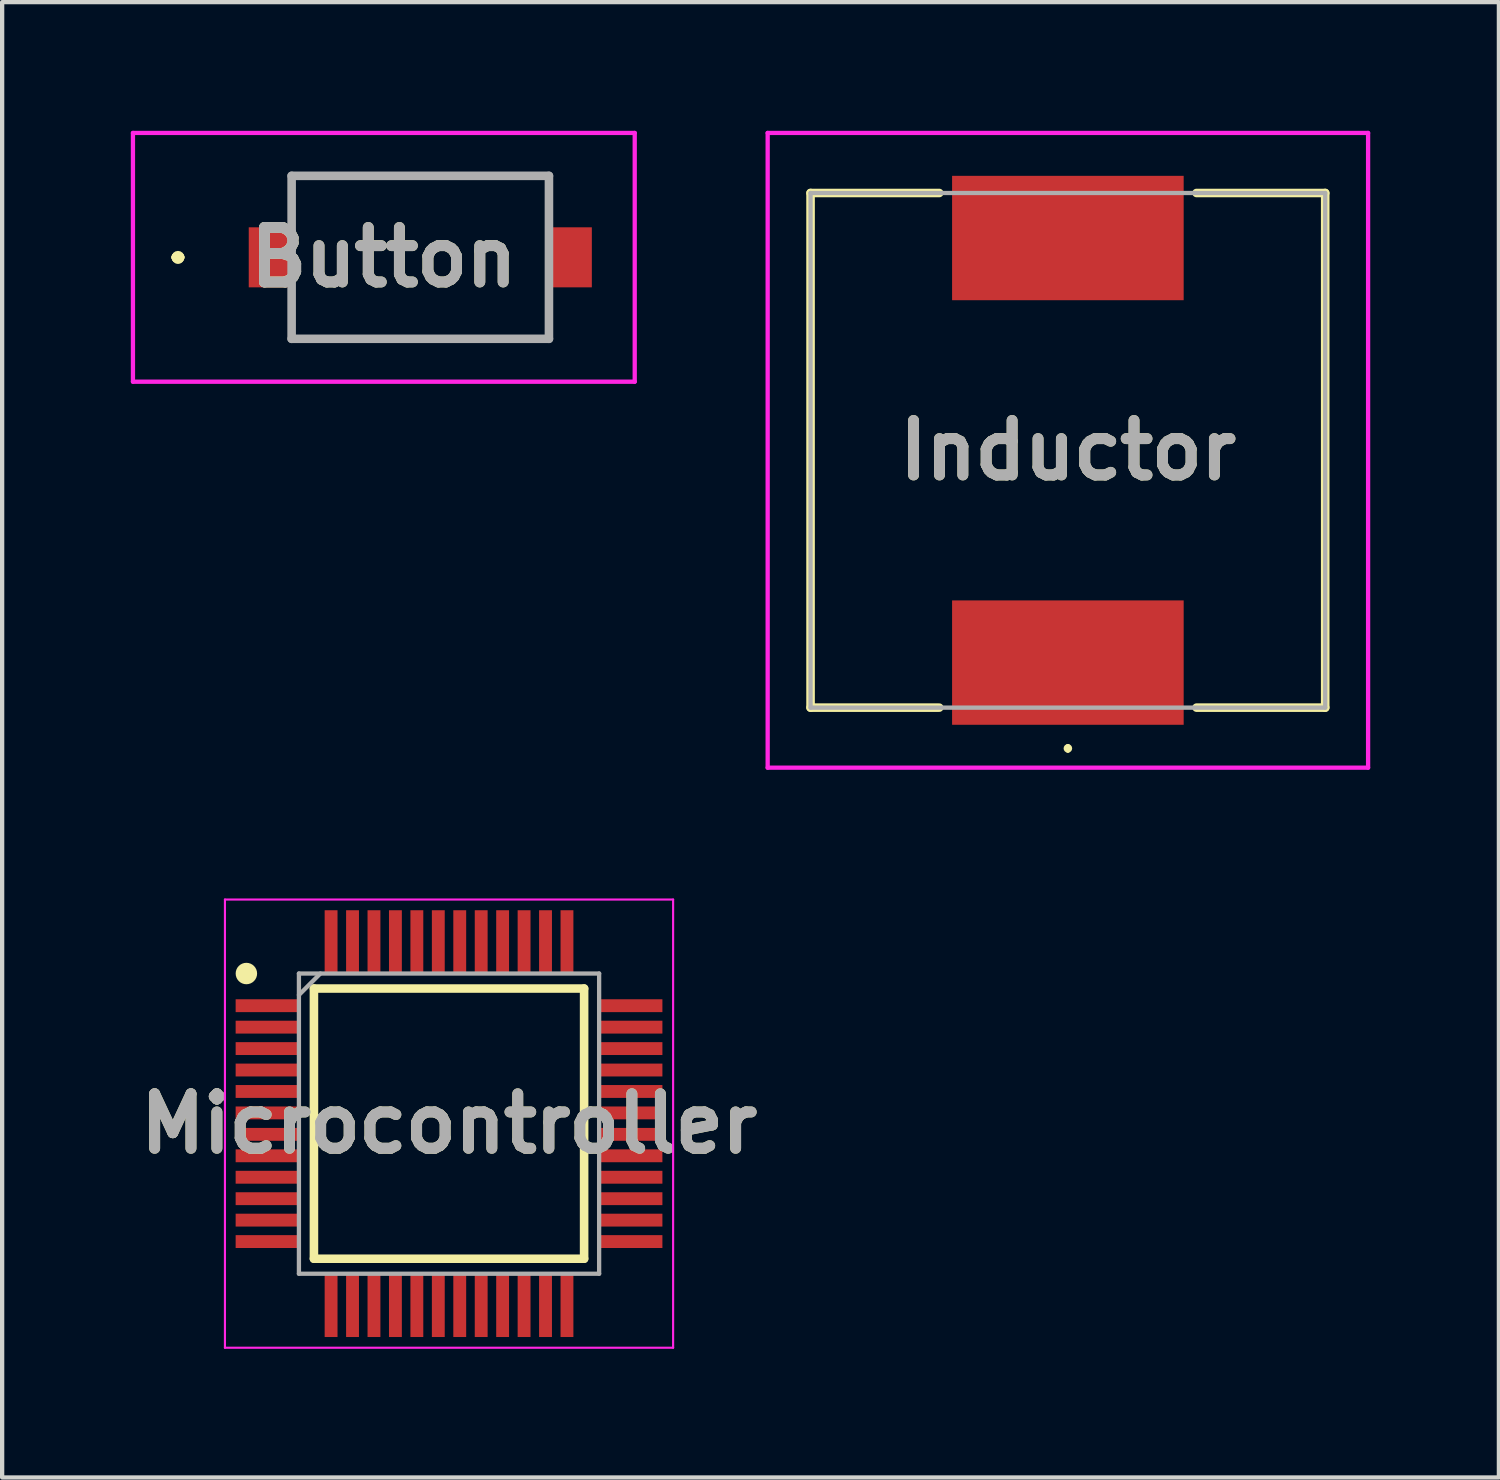
<source format=kicad_pcb>
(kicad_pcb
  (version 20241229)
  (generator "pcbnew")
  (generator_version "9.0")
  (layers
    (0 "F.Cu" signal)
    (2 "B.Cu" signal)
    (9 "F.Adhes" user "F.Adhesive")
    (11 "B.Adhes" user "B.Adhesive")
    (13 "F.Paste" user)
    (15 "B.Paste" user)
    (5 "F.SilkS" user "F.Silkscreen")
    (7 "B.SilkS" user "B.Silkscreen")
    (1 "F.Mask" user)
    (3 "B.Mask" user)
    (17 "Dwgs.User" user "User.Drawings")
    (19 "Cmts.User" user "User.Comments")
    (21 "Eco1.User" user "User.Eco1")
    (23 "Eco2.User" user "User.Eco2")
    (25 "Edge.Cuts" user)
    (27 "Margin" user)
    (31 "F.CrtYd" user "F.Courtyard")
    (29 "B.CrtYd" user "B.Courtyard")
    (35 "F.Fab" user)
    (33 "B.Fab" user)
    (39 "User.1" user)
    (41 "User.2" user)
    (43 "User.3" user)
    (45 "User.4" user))
  (footprint "Inductor"
    (layer "F.Cu")
    (at 21.85 7.45)
    (property "Reference" "Inductor" (at 0 0 0) (layer "F.SilkS") (effects (font (size 1.27 1.27) (thickness 0.254))))
    (attr smd)
    (fp_line (start -6 -6) (end -6 6) (stroke (width 0.2) (type solid)) (layer "F.SilkS"))
    (fp_line (start -6 6) (end -3 6) (stroke (width 0.2) (type solid)) (layer "F.SilkS"))
    (fp_line (start -3 -6) (end -6 -6) (stroke (width 0.2) (type solid)) (layer "F.SilkS"))
    (fp_line (start 0 6.9) (end 0 6.9) (stroke (width 0.1) (type solid)) (layer "F.SilkS"))
    (fp_line (start 0 7) (end 0 7) (stroke (width 0.1) (type solid)) (layer "F.SilkS"))
    (fp_line (start 3 -6) (end 6 -6) (stroke (width 0.2) (type solid)) (layer "F.SilkS"))
    (fp_line (start 6 -6) (end 6 6) (stroke (width 0.2) (type solid)) (layer "F.SilkS"))
    (fp_line (start 6 6) (end 3 6) (stroke (width 0.2) (type solid)) (layer "F.SilkS"))
    (fp_arc (start 0 6.9) (mid 0.05 6.95) (end 0 7) (stroke (width 0.1) (type solid)) (layer "F.SilkS"))
    (fp_arc (start 0 7) (mid -0.05 6.95) (end 0 6.9) (stroke (width 0.1) (type solid)) (layer "F.SilkS"))
    (fp_line (start -7 -7.4) (end 7 -7.4) (stroke (width 0.1) (type solid)) (layer "F.CrtYd"))
    (fp_line (start -7 7.4) (end -7 -7.4) (stroke (width 0.1) (type solid)) (layer "F.CrtYd"))
    (fp_line (start 7 -7.4) (end 7 7.4) (stroke (width 0.1) (type solid)) (layer "F.CrtYd"))
    (fp_line (start 7 7.4) (end -7 7.4) (stroke (width 0.1) (type solid)) (layer "F.CrtYd"))
    (fp_line (start -6 -6) (end 6 -6) (stroke (width 0.1) (type solid)) (layer "F.Fab"))
    (fp_line (start -6 6) (end -6 -6) (stroke (width 0.1) (type solid)) (layer "F.Fab"))
    (fp_line (start 6 -6) (end 6 6) (stroke (width 0.1) (type solid)) (layer "F.Fab"))
    (fp_line (start 6 6) (end -6 6) (stroke (width 0.1) (type solid)) (layer "F.Fab"))
    (fp_text user "${REFERENCE}" (at 0 0 0) (layer "F.Fab") (effects (font (size 1.27 1.27) (thickness 0.254))))
    (pad "1" smd rect (at 0 4.95 90) (size 2.9 5.4) (layers "F.Cu" "F.Mask" "F.Paste"))
    (pad "2" smd rect (at 0 -4.95 90) (size 2.9 5.4) (layers "F.Cu" "F.Mask" "F.Paste")))
  (footprint "Button"
    (layer "F.Cu")
    (at 6.75 2.95)
    (property "Reference" "Button" (at -0.85 0 0) (layer "F.SilkS") (effects (font (size 1.27 1.27) (thickness 0.254))))
    (attr smd)
    (fp_line (start -5.7 0) (end -5.7 0) (stroke (width 0.2) (type solid)) (layer "F.SilkS"))
    (fp_line (start -5.7 0) (end -5.7 0) (stroke (width 0.2) (type solid)) (layer "F.SilkS"))
    (fp_line (start -5.6 0) (end -5.6 0) (stroke (width 0.2) (type solid)) (layer "F.SilkS"))
    (fp_line (start -3 -1.9) (end -3 -1.9) (stroke (width 0.1) (type solid)) (layer "F.SilkS"))
    (fp_line (start -3 -1.9) (end -3 -1.9) (stroke (width 0.1) (type solid)) (layer "F.SilkS"))
    (fp_line (start -3 -1.9) (end -3 -1.25) (stroke (width 0.1) (type solid)) (layer "F.SilkS"))
    (fp_line (start -3 -1.9) (end 3 -1.9) (stroke (width 0.1) (type solid)) (layer "F.SilkS"))
    (fp_line (start -3 -1.25) (end -3 -1.9) (stroke (width 0.1) (type solid)) (layer "F.SilkS"))
    (fp_line (start -3 -1.25) (end -3 -1.25) (stroke (width 0.1) (type solid)) (layer "F.SilkS"))
    (fp_line (start -3 1.5) (end -3 1.5) (stroke (width 0.1) (type solid)) (layer "F.SilkS"))
    (fp_line (start -3 1.5) (end -3 1.9) (stroke (width 0.1) (type solid)) (layer "F.SilkS"))
    (fp_line (start -3 1.9) (end -3 1.5) (stroke (width 0.1) (type solid)) (layer "F.SilkS"))
    (fp_line (start -3 1.9) (end -3 1.9) (stroke (width 0.1) (type solid)) (layer "F.SilkS"))
    (fp_line (start -3 1.9) (end -3 1.9) (stroke (width 0.1) (type solid)) (layer "F.SilkS"))
    (fp_line (start -3 1.9) (end 3 1.9) (stroke (width 0.1) (type solid)) (layer "F.SilkS"))
    (fp_line (start 3 -1.9) (end -3 -1.9) (stroke (width 0.1) (type solid)) (layer "F.SilkS"))
    (fp_line (start 3 -1.9) (end 3 -1.9) (stroke (width 0.1) (type solid)) (layer "F.SilkS"))
    (fp_line (start 3 -1.9) (end 3 -1.9) (stroke (width 0.1) (type solid)) (layer "F.SilkS"))
    (fp_line (start 3 -1.9) (end 3 -1.25) (stroke (width 0.1) (type solid)) (layer "F.SilkS"))
    (fp_line (start 3 -1.25) (end 3 -1.9) (stroke (width 0.1) (type solid)) (layer "F.SilkS"))
    (fp_line (start 3 -1.25) (end 3 -1.25) (stroke (width 0.1) (type solid)) (layer "F.SilkS"))
    (fp_line (start 3 1.25) (end 3 1.25) (stroke (width 0.1) (type solid)) (layer "F.SilkS"))
    (fp_line (start 3 1.25) (end 3 1.9) (stroke (width 0.1) (type solid)) (layer "F.SilkS"))
    (fp_line (start 3 1.9) (end -3 1.9) (stroke (width 0.1) (type solid)) (layer "F.SilkS"))
    (fp_line (start 3 1.9) (end 3 1.25) (stroke (width 0.1) (type solid)) (layer "F.SilkS"))
    (fp_line (start 3 1.9) (end 3 1.9) (stroke (width 0.1) (type solid)) (layer "F.SilkS"))
    (fp_line (start 3 1.9) (end 3 1.9) (stroke (width 0.1) (type solid)) (layer "F.SilkS"))
    (fp_arc (start -5.7 0) (mid -5.65 -0.05) (end -5.6 0) (stroke (width 0.2) (type solid)) (layer "F.SilkS"))
    (fp_arc (start -5.6 0) (mid -5.65 0.05) (end -5.7 0) (stroke (width 0.2) (type solid)) (layer "F.SilkS"))
    (fp_arc (start -5.6 0) (mid -5.65 0.05) (end -5.7 0) (stroke (width 0.2) (type solid)) (layer "F.SilkS"))
    (fp_line (start -6.7 -2.9) (end 5 -2.9) (stroke (width 0.1) (type solid)) (layer "F.CrtYd"))
    (fp_line (start -6.7 2.9) (end -6.7 -2.9) (stroke (width 0.1) (type solid)) (layer "F.CrtYd"))
    (fp_line (start 5 -2.9) (end 5 2.9) (stroke (width 0.1) (type solid)) (layer "F.CrtYd"))
    (fp_line (start 5 2.9) (end -6.7 2.9) (stroke (width 0.1) (type solid)) (layer "F.CrtYd"))
    (fp_line (start -3 -1.9) (end -3 1.9) (stroke (width 0.2) (type solid)) (layer "F.Fab"))
    (fp_line (start -3 1.9) (end 3 1.9) (stroke (width 0.2) (type solid)) (layer "F.Fab"))
    (fp_line (start 3 -1.9) (end -3 -1.9) (stroke (width 0.2) (type solid)) (layer "F.Fab"))
    (fp_line (start 3 1.9) (end 3 -1.9) (stroke (width 0.2) (type solid)) (layer "F.Fab"))
    (fp_text user "${REFERENCE}" (at -0.85 0 0) (layer "F.Fab") (effects (font (size 1.27 1.27) (thickness 0.254))))
    (pad "1" smd rect (at -3.5 0) (size 1 1.4) (layers "F.Cu" "F.Mask" "F.Paste"))
    (pad "2" smd rect (at 3.5 0) (size 1 1.4) (layers "F.Cu" "F.Mask" "F.Paste")))
  (footprint "Microcontroller"
    (layer "F.Cu")
    (at 7.42 23.15)
    (property "Reference" "Microcontroller" (at 0 0 0) (layer "F.SilkS") (effects (font (size 1.27 1.27) (thickness 0.254))))
    (attr smd)
    (fp_line (start -3.15 -3.15) (end 3.15 -3.15) (stroke (width 0.2) (type solid)) (layer "F.SilkS"))
    (fp_line (start -3.15 3.15) (end -3.15 -3.15) (stroke (width 0.2) (type solid)) (layer "F.SilkS"))
    (fp_line (start 3.15 -3.15) (end 3.15 3.15) (stroke (width 0.2) (type solid)) (layer "F.SilkS"))
    (fp_line (start 3.15 3.15) (end -3.15 3.15) (stroke (width 0.2) (type solid)) (layer "F.SilkS"))
    (fp_circle (center -4.725 -3.5) (end -4.725 -3.375) (stroke (width 0.25) (type solid)) (fill no) (layer "F.SilkS"))
    (fp_line (start -5.225 -5.225) (end 5.225 -5.225) (stroke (width 0.05) (type solid)) (layer "F.CrtYd"))
    (fp_line (start -5.225 5.225) (end -5.225 -5.225) (stroke (width 0.05) (type solid)) (layer "F.CrtYd"))
    (fp_line (start 5.225 -5.225) (end 5.225 5.225) (stroke (width 0.05) (type solid)) (layer "F.CrtYd"))
    (fp_line (start 5.225 5.225) (end -5.225 5.225) (stroke (width 0.05) (type solid)) (layer "F.CrtYd"))
    (fp_line (start -3.5 -3.5) (end 3.5 -3.5) (stroke (width 0.1) (type solid)) (layer "F.Fab"))
    (fp_line (start -3.5 -3) (end -3 -3.5) (stroke (width 0.1) (type solid)) (layer "F.Fab"))
    (fp_line (start -3.5 3.5) (end -3.5 -3.5) (stroke (width 0.1) (type solid)) (layer "F.Fab"))
    (fp_line (start 3.5 -3.5) (end 3.5 3.5) (stroke (width 0.1) (type solid)) (layer "F.Fab"))
    (fp_line (start 3.5 3.5) (end -3.5 3.5) (stroke (width 0.1) (type solid)) (layer "F.Fab"))
    (fp_text user "${REFERENCE}" (at 0 0 0) (layer "F.Fab") (effects (font (size 1.27 1.27) (thickness 0.254))))
    (pad "1" smd rect (at -4.238 -2.75 90) (size 0.3 1.475) (layers "F.Cu" "F.Mask" "F.Paste"))
    (pad "2" smd rect (at -4.238 -2.25 90) (size 0.3 1.475) (layers "F.Cu" "F.Mask" "F.Paste"))
    (pad "3" smd rect (at -4.238 -1.75 90) (size 0.3 1.475) (layers "F.Cu" "F.Mask" "F.Paste"))
    (pad "4" smd rect (at -4.238 -1.25 90) (size 0.3 1.475) (layers "F.Cu" "F.Mask" "F.Paste"))
    (pad "5" smd rect (at -4.238 -0.75 90) (size 0.3 1.475) (layers "F.Cu" "F.Mask" "F.Paste"))
    (pad "6" smd rect (at -4.238 -0.25 90) (size 0.3 1.475) (layers "F.Cu" "F.Mask" "F.Paste"))
    (pad "7" smd rect (at -4.238 0.25 90) (size 0.3 1.475) (layers "F.Cu" "F.Mask" "F.Paste"))
    (pad "8" smd rect (at -4.238 0.75 90) (size 0.3 1.475) (layers "F.Cu" "F.Mask" "F.Paste"))
    (pad "9" smd rect (at -4.238 1.25 90) (size 0.3 1.475) (layers "F.Cu" "F.Mask" "F.Paste"))
    (pad "10" smd rect (at -4.238 1.75 90) (size 0.3 1.475) (layers "F.Cu" "F.Mask" "F.Paste"))
    (pad "11" smd rect (at -4.238 2.25 90) (size 0.3 1.475) (layers "F.Cu" "F.Mask" "F.Paste"))
    (pad "12" smd rect (at -4.238 2.75 90) (size 0.3 1.475) (layers "F.Cu" "F.Mask" "F.Paste"))
    (pad "13" smd rect (at -2.75 4.238) (size 0.3 1.475) (layers "F.Cu" "F.Mask" "F.Paste"))
    (pad "14" smd rect (at -2.25 4.238) (size 0.3 1.475) (layers "F.Cu" "F.Mask" "F.Paste"))
    (pad "15" smd rect (at -1.75 4.238) (size 0.3 1.475) (layers "F.Cu" "F.Mask" "F.Paste"))
    (pad "16" smd rect (at -1.25 4.238) (size 0.3 1.475) (layers "F.Cu" "F.Mask" "F.Paste"))
    (pad "17" smd rect (at -0.75 4.238) (size 0.3 1.475) (layers "F.Cu" "F.Mask" "F.Paste"))
    (pad "18" smd rect (at -0.25 4.238) (size 0.3 1.475) (layers "F.Cu" "F.Mask" "F.Paste"))
    (pad "19" smd rect (at 0.25 4.238) (size 0.3 1.475) (layers "F.Cu" "F.Mask" "F.Paste"))
    (pad "20" smd rect (at 0.75 4.238) (size 0.3 1.475) (layers "F.Cu" "F.Mask" "F.Paste"))
    (pad "21" smd rect (at 1.25 4.238) (size 0.3 1.475) (layers "F.Cu" "F.Mask" "F.Paste"))
    (pad "22" smd rect (at 1.75 4.238) (size 0.3 1.475) (layers "F.Cu" "F.Mask" "F.Paste"))
    (pad "23" smd rect (at 2.25 4.238) (size 0.3 1.475) (layers "F.Cu" "F.Mask" "F.Paste"))
    (pad "24" smd rect (at 2.75 4.238) (size 0.3 1.475) (layers "F.Cu" "F.Mask" "F.Paste"))
    (pad "25" smd rect (at 4.238 2.75 90) (size 0.3 1.475) (layers "F.Cu" "F.Mask" "F.Paste"))
    (pad "26" smd rect (at 4.238 2.25 90) (size 0.3 1.475) (layers "F.Cu" "F.Mask" "F.Paste"))
    (pad "27" smd rect (at 4.238 1.75 90) (size 0.3 1.475) (layers "F.Cu" "F.Mask" "F.Paste"))
    (pad "28" smd rect (at 4.238 1.25 90) (size 0.3 1.475) (layers "F.Cu" "F.Mask" "F.Paste"))
    (pad "29" smd rect (at 4.238 0.75 90) (size 0.3 1.475) (layers "F.Cu" "F.Mask" "F.Paste"))
    (pad "30" smd rect (at 4.238 0.25 90) (size 0.3 1.475) (layers "F.Cu" "F.Mask" "F.Paste"))
    (pad "31" smd rect (at 4.238 -0.25 90) (size 0.3 1.475) (layers "F.Cu" "F.Mask" "F.Paste"))
    (pad "32" smd rect (at 4.238 -0.75 90) (size 0.3 1.475) (layers "F.Cu" "F.Mask" "F.Paste"))
    (pad "33" smd rect (at 4.238 -1.25 90) (size 0.3 1.475) (layers "F.Cu" "F.Mask" "F.Paste"))
    (pad "34" smd rect (at 4.238 -1.75 90) (size 0.3 1.475) (layers "F.Cu" "F.Mask" "F.Paste"))
    (pad "35" smd rect (at 4.238 -2.25 90) (size 0.3 1.475) (layers "F.Cu" "F.Mask" "F.Paste"))
    (pad "36" smd rect (at 4.238 -2.75 90) (size 0.3 1.475) (layers "F.Cu" "F.Mask" "F.Paste"))
    (pad "37" smd rect (at 2.75 -4.238) (size 0.3 1.475) (layers "F.Cu" "F.Mask" "F.Paste"))
    (pad "38" smd rect (at 2.25 -4.238) (size 0.3 1.475) (layers "F.Cu" "F.Mask" "F.Paste"))
    (pad "39" smd rect (at 1.75 -4.238) (size 0.3 1.475) (layers "F.Cu" "F.Mask" "F.Paste"))
    (pad "40" smd rect (at 1.25 -4.238) (size 0.3 1.475) (layers "F.Cu" "F.Mask" "F.Paste"))
    (pad "41" smd rect (at 0.75 -4.238) (size 0.3 1.475) (layers "F.Cu" "F.Mask" "F.Paste"))
    (pad "42" smd rect (at 0.25 -4.238) (size 0.3 1.475) (layers "F.Cu" "F.Mask" "F.Paste"))
    (pad "43" smd rect (at -0.25 -4.238) (size 0.3 1.475) (layers "F.Cu" "F.Mask" "F.Paste"))
    (pad "44" smd rect (at -0.75 -4.238) (size 0.3 1.475) (layers "F.Cu" "F.Mask" "F.Paste"))
    (pad "45" smd rect (at -1.25 -4.238) (size 0.3 1.475) (layers "F.Cu" "F.Mask" "F.Paste"))
    (pad "46" smd rect (at -1.75 -4.238) (size 0.3 1.475) (layers "F.Cu" "F.Mask" "F.Paste"))
    (pad "47" smd rect (at -2.25 -4.238) (size 0.3 1.475) (layers "F.Cu" "F.Mask" "F.Paste"))
    (pad "48" smd rect (at -2.75 -4.238) (size 0.3 1.475) (layers "F.Cu" "F.Mask" "F.Paste")))
  (gr_rect
    (start -3 -3)
    (end 31.9 31.4)
    (stroke (width 0.1) (type default))
    (fill no)
    (layer "Edge.Cuts")))
</source>
